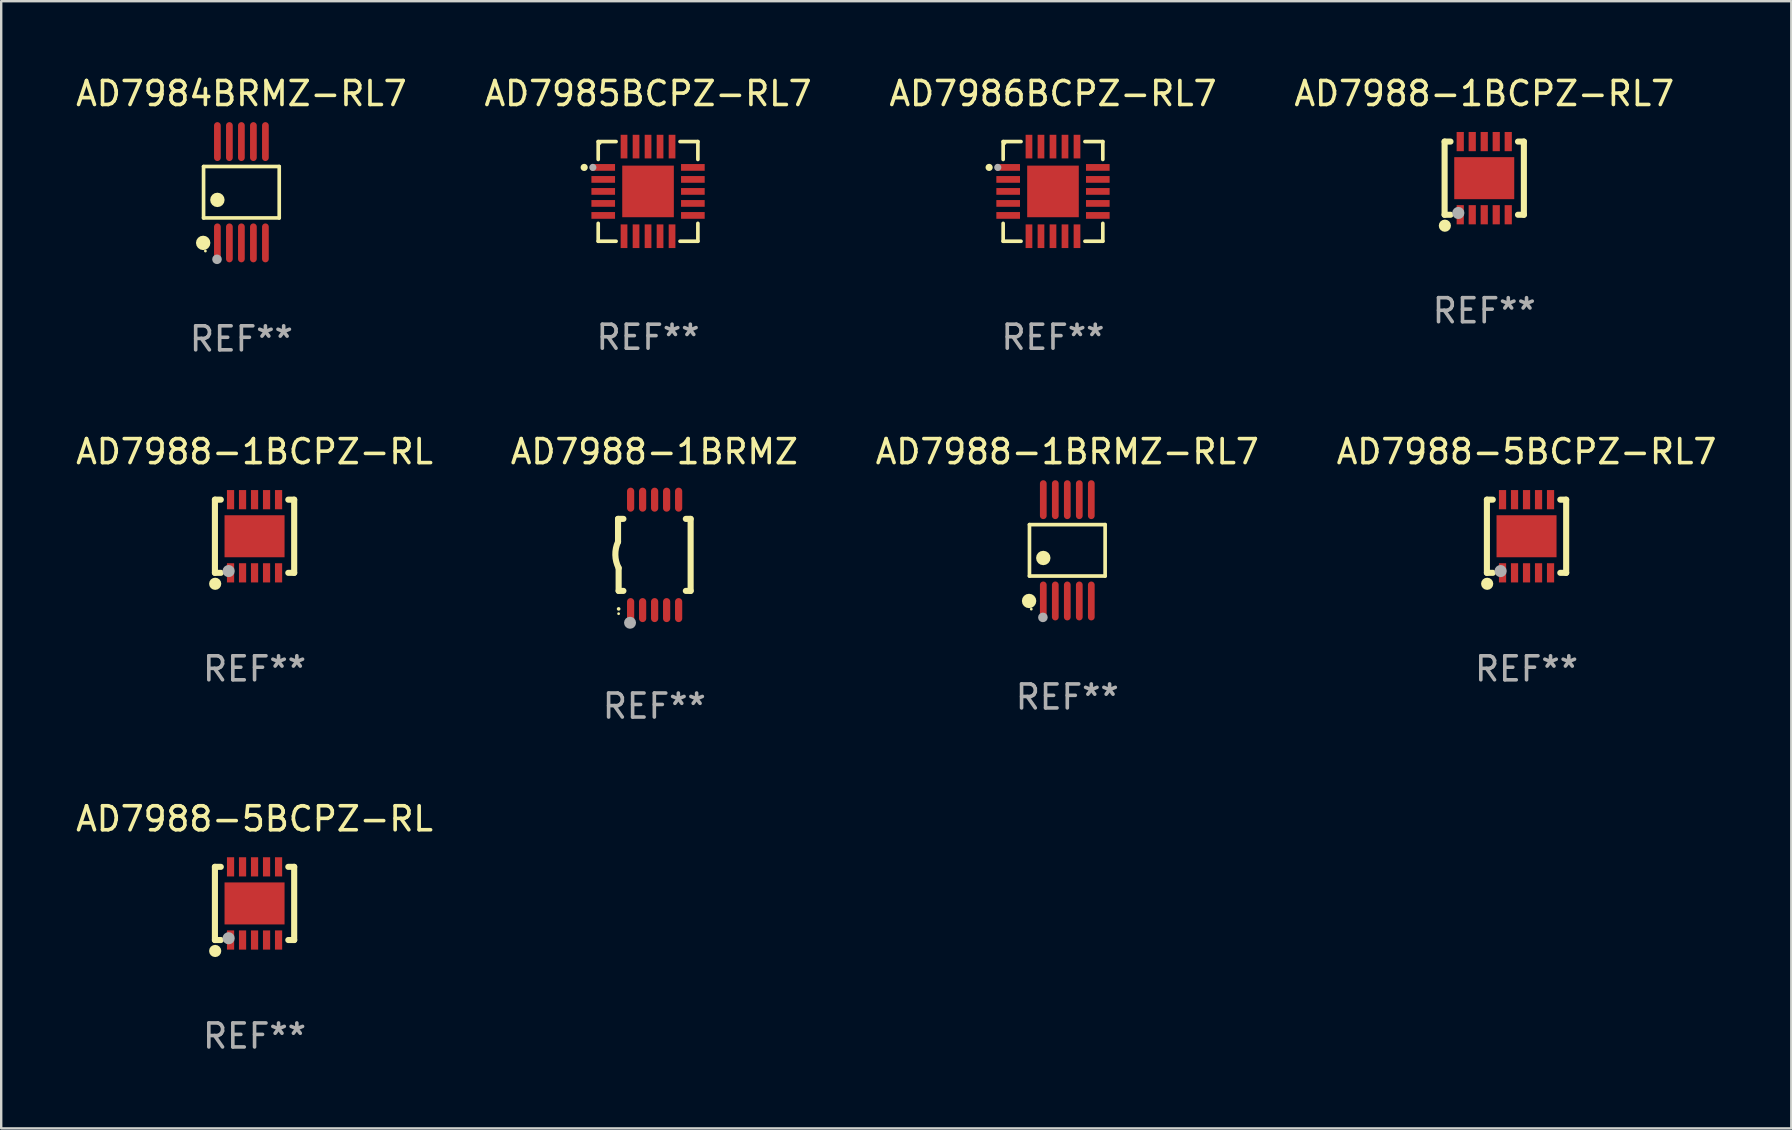
<source format=kicad_pcb>
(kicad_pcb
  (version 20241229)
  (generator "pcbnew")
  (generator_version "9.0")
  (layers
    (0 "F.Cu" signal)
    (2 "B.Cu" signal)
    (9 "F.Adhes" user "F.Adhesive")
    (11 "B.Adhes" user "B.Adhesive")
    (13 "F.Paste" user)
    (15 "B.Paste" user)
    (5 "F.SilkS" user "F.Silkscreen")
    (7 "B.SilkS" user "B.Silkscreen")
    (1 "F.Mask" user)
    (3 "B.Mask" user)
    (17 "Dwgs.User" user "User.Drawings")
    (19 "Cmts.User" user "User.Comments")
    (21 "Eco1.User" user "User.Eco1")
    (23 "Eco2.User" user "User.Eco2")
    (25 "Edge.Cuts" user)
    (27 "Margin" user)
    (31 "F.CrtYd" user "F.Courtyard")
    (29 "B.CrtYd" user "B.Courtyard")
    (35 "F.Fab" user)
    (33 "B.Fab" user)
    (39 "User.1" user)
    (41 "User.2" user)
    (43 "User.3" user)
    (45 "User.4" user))
  (footprint "AD7988-1BCPZ-RL"
    (layer "F.Cu")
    (at 7.554 19.289)
    (property "Reference" "AD7988-1BCPZ-RL" (at 0 -3.524 0) (layer "F.SilkS") (effects (font (size 1 1) (thickness 0.15))))
    (attr through_hole)
    (fp_line (start -1.651 -1.524) (end -1.651 1.524) (stroke (width 0.254) (type solid)) (layer "F.SilkS"))
    (fp_line (start -1.651 1.524) (end -1.406 1.524) (stroke (width 0.254) (type solid)) (layer "F.SilkS"))
    (fp_line (start -1.406 -1.524) (end -1.651 -1.524) (stroke (width 0.254) (type solid)) (layer "F.SilkS"))
    (fp_line (start 1.406 1.524) (end 1.651 1.524) (stroke (width 0.254) (type solid)) (layer "F.SilkS"))
    (fp_line (start 1.651 -1.524) (end 1.406 -1.524) (stroke (width 0.254) (type solid)) (layer "F.SilkS"))
    (fp_line (start 1.651 1.524) (end 1.651 -1.524) (stroke (width 0.254) (type solid)) (layer "F.SilkS"))
    (fp_circle (center -1.64 1.98) (end -1.513 1.98) (stroke (width 0.254) (type solid)) (fill no) (layer "F.SilkS"))
    (fp_circle (center -1.5 1.5) (end -1.47 1.5) (stroke (width 0.06) (type solid)) (fill no) (layer "F.SilkS"))
    (fp_circle (center -1.08 1.45) (end -0.953 1.45) (stroke (width 0.254) (type solid)) (fill no) (layer "F.Fab"))
    (fp_text user "REF**" (at 0 5.524 0) (layer "F.Fab") (effects (font (size 1 1) (thickness 0.15))))
    (pad "1" smd rect (at -1 1.524) (size 0.3 0.8) (layers "F.Cu" "F.Mask" "F.Paste"))
    (pad "2" smd rect (at -0.5 1.524) (size 0.3 0.8) (layers "F.Cu" "F.Mask" "F.Paste"))
    (pad "3" smd rect (at 0 1.524) (size 0.3 0.8) (layers "F.Cu" "F.Mask" "F.Paste"))
    (pad "4" smd rect (at 0.5 1.524) (size 0.3 0.8) (layers "F.Cu" "F.Mask" "F.Paste"))
    (pad "5" smd rect (at 1 1.524) (size 0.3 0.8) (layers "F.Cu" "F.Mask" "F.Paste"))
    (pad "6" smd rect (at 1 -1.524) (size 0.3 0.8) (layers "F.Cu" "F.Mask" "F.Paste"))
    (pad "7" smd rect (at 0.5 -1.524) (size 0.3 0.8) (layers "F.Cu" "F.Mask" "F.Paste"))
    (pad "8" smd rect (at 0 -1.524) (size 0.3 0.8) (layers "F.Cu" "F.Mask" "F.Paste"))
    (pad "9" smd rect (at -0.5 -1.524) (size 0.3 0.8) (layers "F.Cu" "F.Mask" "F.Paste"))
    (pad "10" smd rect (at -1 -1.524) (size 0.3 0.8) (layers "F.Cu" "F.Mask" "F.Paste"))
    (pad "11" smd rect (at 0 0) (size 2.5 1.75) (layers "F.Cu" "F.Mask" "F.Paste")))
  (footprint "AD7988-5BCPZ-RL"
    (layer "F.Cu")
    (at 7.554 34.585)
    (property "Reference" "AD7988-5BCPZ-RL" (at 0 -3.524 0) (layer "F.SilkS") (effects (font (size 1 1) (thickness 0.15))))
    (attr through_hole)
    (fp_line (start -1.651 -1.524) (end -1.651 1.524) (stroke (width 0.254) (type solid)) (layer "F.SilkS"))
    (fp_line (start -1.651 1.524) (end -1.406 1.524) (stroke (width 0.254) (type solid)) (layer "F.SilkS"))
    (fp_line (start -1.406 -1.524) (end -1.651 -1.524) (stroke (width 0.254) (type solid)) (layer "F.SilkS"))
    (fp_line (start 1.406 1.524) (end 1.651 1.524) (stroke (width 0.254) (type solid)) (layer "F.SilkS"))
    (fp_line (start 1.651 -1.524) (end 1.406 -1.524) (stroke (width 0.254) (type solid)) (layer "F.SilkS"))
    (fp_line (start 1.651 1.524) (end 1.651 -1.524) (stroke (width 0.254) (type solid)) (layer "F.SilkS"))
    (fp_circle (center -1.64 1.98) (end -1.513 1.98) (stroke (width 0.254) (type solid)) (fill no) (layer "F.SilkS"))
    (fp_circle (center -1.5 1.5) (end -1.47 1.5) (stroke (width 0.06) (type solid)) (fill no) (layer "F.SilkS"))
    (fp_circle (center -1.08 1.45) (end -0.953 1.45) (stroke (width 0.254) (type solid)) (fill no) (layer "F.Fab"))
    (fp_text user "REF**" (at 0 5.524 0) (layer "F.Fab") (effects (font (size 1 1) (thickness 0.15))))
    (pad "1" smd rect (at -1 1.524) (size 0.3 0.8) (layers "F.Cu" "F.Mask" "F.Paste"))
    (pad "2" smd rect (at -0.5 1.524) (size 0.3 0.8) (layers "F.Cu" "F.Mask" "F.Paste"))
    (pad "3" smd rect (at 0 1.524) (size 0.3 0.8) (layers "F.Cu" "F.Mask" "F.Paste"))
    (pad "4" smd rect (at 0.5 1.524) (size 0.3 0.8) (layers "F.Cu" "F.Mask" "F.Paste"))
    (pad "5" smd rect (at 1 1.524) (size 0.3 0.8) (layers "F.Cu" "F.Mask" "F.Paste"))
    (pad "6" smd rect (at 1 -1.524) (size 0.3 0.8) (layers "F.Cu" "F.Mask" "F.Paste"))
    (pad "7" smd rect (at 0.5 -1.524) (size 0.3 0.8) (layers "F.Cu" "F.Mask" "F.Paste"))
    (pad "8" smd rect (at 0 -1.524) (size 0.3 0.8) (layers "F.Cu" "F.Mask" "F.Paste"))
    (pad "9" smd rect (at -0.5 -1.524) (size 0.3 0.8) (layers "F.Cu" "F.Mask" "F.Paste"))
    (pad "10" smd rect (at -1 -1.524) (size 0.3 0.8) (layers "F.Cu" "F.Mask" "F.Paste"))
    (pad "11" smd rect (at 0 0) (size 2.5 1.75) (layers "F.Cu" "F.Mask" "F.Paste")))
  (footprint "AD7988-5BCPZ-RL7"
    (layer "F.Cu")
    (at 60.542 19.289)
    (property "Reference" "AD7988-5BCPZ-RL7" (at 0 -3.524 0) (layer "F.SilkS") (effects (font (size 1 1) (thickness 0.15))))
    (attr through_hole)
    (fp_line (start -1.651 -1.524) (end -1.651 1.524) (stroke (width 0.254) (type solid)) (layer "F.SilkS"))
    (fp_line (start -1.651 1.524) (end -1.406 1.524) (stroke (width 0.254) (type solid)) (layer "F.SilkS"))
    (fp_line (start -1.406 -1.524) (end -1.651 -1.524) (stroke (width 0.254) (type solid)) (layer "F.SilkS"))
    (fp_line (start 1.406 1.524) (end 1.651 1.524) (stroke (width 0.254) (type solid)) (layer "F.SilkS"))
    (fp_line (start 1.651 -1.524) (end 1.406 -1.524) (stroke (width 0.254) (type solid)) (layer "F.SilkS"))
    (fp_line (start 1.651 1.524) (end 1.651 -1.524) (stroke (width 0.254) (type solid)) (layer "F.SilkS"))
    (fp_circle (center -1.64 1.98) (end -1.513 1.98) (stroke (width 0.254) (type solid)) (fill no) (layer "F.SilkS"))
    (fp_circle (center -1.5 1.5) (end -1.47 1.5) (stroke (width 0.06) (type solid)) (fill no) (layer "F.SilkS"))
    (fp_circle (center -1.08 1.45) (end -0.953 1.45) (stroke (width 0.254) (type solid)) (fill no) (layer "F.Fab"))
    (fp_text user "REF**" (at 0 5.524 0) (layer "F.Fab") (effects (font (size 1 1) (thickness 0.15))))
    (pad "1" smd rect (at -1 1.524) (size 0.3 0.8) (layers "F.Cu" "F.Mask" "F.Paste"))
    (pad "2" smd rect (at -0.5 1.524) (size 0.3 0.8) (layers "F.Cu" "F.Mask" "F.Paste"))
    (pad "3" smd rect (at 0 1.524) (size 0.3 0.8) (layers "F.Cu" "F.Mask" "F.Paste"))
    (pad "4" smd rect (at 0.5 1.524) (size 0.3 0.8) (layers "F.Cu" "F.Mask" "F.Paste"))
    (pad "5" smd rect (at 1 1.524) (size 0.3 0.8) (layers "F.Cu" "F.Mask" "F.Paste"))
    (pad "6" smd rect (at 1 -1.524) (size 0.3 0.8) (layers "F.Cu" "F.Mask" "F.Paste"))
    (pad "7" smd rect (at 0.5 -1.524) (size 0.3 0.8) (layers "F.Cu" "F.Mask" "F.Paste"))
    (pad "8" smd rect (at 0 -1.524) (size 0.3 0.8) (layers "F.Cu" "F.Mask" "F.Paste"))
    (pad "9" smd rect (at -0.5 -1.524) (size 0.3 0.8) (layers "F.Cu" "F.Mask" "F.Paste"))
    (pad "10" smd rect (at -1 -1.524) (size 0.3 0.8) (layers "F.Cu" "F.Mask" "F.Paste"))
    (pad "11" smd rect (at 0 0) (size 2.5 1.75) (layers "F.Cu" "F.Mask" "F.Paste")))
  (footprint "AD7988-1BCPZ-RL7"
    (layer "F.Cu")
    (at 58.78 4.372)
    (property "Reference" "AD7988-1BCPZ-RL7" (at 0 -3.524 0) (layer "F.SilkS") (effects (font (size 1 1) (thickness 0.15))))
    (attr through_hole)
    (fp_line (start -1.651 -1.524) (end -1.651 1.524) (stroke (width 0.254) (type solid)) (layer "F.SilkS"))
    (fp_line (start -1.651 1.524) (end -1.406 1.524) (stroke (width 0.254) (type solid)) (layer "F.SilkS"))
    (fp_line (start -1.406 -1.524) (end -1.651 -1.524) (stroke (width 0.254) (type solid)) (layer "F.SilkS"))
    (fp_line (start 1.406 1.524) (end 1.651 1.524) (stroke (width 0.254) (type solid)) (layer "F.SilkS"))
    (fp_line (start 1.651 -1.524) (end 1.406 -1.524) (stroke (width 0.254) (type solid)) (layer "F.SilkS"))
    (fp_line (start 1.651 1.524) (end 1.651 -1.524) (stroke (width 0.254) (type solid)) (layer "F.SilkS"))
    (fp_circle (center -1.64 1.98) (end -1.513 1.98) (stroke (width 0.254) (type solid)) (fill no) (layer "F.SilkS"))
    (fp_circle (center -1.5 1.5) (end -1.47 1.5) (stroke (width 0.06) (type solid)) (fill no) (layer "F.SilkS"))
    (fp_circle (center -1.08 1.45) (end -0.953 1.45) (stroke (width 0.254) (type solid)) (fill no) (layer "F.Fab"))
    (fp_text user "REF**" (at 0 5.524 0) (layer "F.Fab") (effects (font (size 1 1) (thickness 0.15))))
    (pad "1" smd rect (at -1 1.524) (size 0.3 0.8) (layers "F.Cu" "F.Mask" "F.Paste"))
    (pad "2" smd rect (at -0.5 1.524) (size 0.3 0.8) (layers "F.Cu" "F.Mask" "F.Paste"))
    (pad "3" smd rect (at 0 1.524) (size 0.3 0.8) (layers "F.Cu" "F.Mask" "F.Paste"))
    (pad "4" smd rect (at 0.5 1.524) (size 0.3 0.8) (layers "F.Cu" "F.Mask" "F.Paste"))
    (pad "5" smd rect (at 1 1.524) (size 0.3 0.8) (layers "F.Cu" "F.Mask" "F.Paste"))
    (pad "6" smd rect (at 1 -1.524) (size 0.3 0.8) (layers "F.Cu" "F.Mask" "F.Paste"))
    (pad "7" smd rect (at 0.5 -1.524) (size 0.3 0.8) (layers "F.Cu" "F.Mask" "F.Paste"))
    (pad "8" smd rect (at 0 -1.524) (size 0.3 0.8) (layers "F.Cu" "F.Mask" "F.Paste"))
    (pad "9" smd rect (at -0.5 -1.524) (size 0.3 0.8) (layers "F.Cu" "F.Mask" "F.Paste"))
    (pad "10" smd rect (at -1 -1.524) (size 0.3 0.8) (layers "F.Cu" "F.Mask" "F.Paste"))
    (pad "11" smd rect (at 0 0) (size 2.5 1.75) (layers "F.Cu" "F.Mask" "F.Paste")))
  (footprint "AD7988-1BRMZ-RL7"
    (layer "F.Cu")
    (at 41.411 19.875)
    (property "Reference" "AD7988-1BRMZ-RL7" (at 0 -4.11 0) (layer "F.SilkS") (effects (font (size 1 1) (thickness 0.15))))
    (attr through_hole)
    (fp_line (start -1.576 -1.071) (end 1.576 -1.071) (stroke (width 0.152) (type solid)) (layer "F.SilkS"))
    (fp_line (start -1.576 1.071) (end -1.576 -1.071) (stroke (width 0.152) (type solid)) (layer "F.SilkS"))
    (fp_line (start 1.576 -1.071) (end 1.576 1.071) (stroke (width 0.152) (type solid)) (layer "F.SilkS"))
    (fp_line (start 1.576 1.071) (end -1.576 1.071) (stroke (width 0.152) (type solid)) (layer "F.SilkS"))
    (fp_circle (center -1.592 2.11) (end -1.442 2.11) (stroke (width 0.3) (type solid)) (fill no) (layer "F.SilkS"))
    (fp_circle (center -1.5 2.45) (end -1.47 2.45) (stroke (width 0.06) (type solid)) (fill no) (layer "F.SilkS"))
    (fp_circle (center -1 0.319) (end -0.85 0.319) (stroke (width 0.3) (type solid)) (fill no) (layer "F.SilkS"))
    (fp_circle (center -1.016 2.794) (end -0.916 2.794) (stroke (width 0.2) (type solid)) (fill no) (layer "F.Fab"))
    (fp_text user "REF**" (at 0 6.11 0) (layer "F.Fab") (effects (font (size 1 1) (thickness 0.15))))
    (pad "1" smd oval (at -1 2.11) (size 0.28 1.62) (layers "F.Cu" "F.Mask" "F.Paste"))
    (pad "2" smd oval (at -0.5 2.11) (size 0.28 1.62) (layers "F.Cu" "F.Mask" "F.Paste"))
    (pad "3" smd oval (at 0 2.11) (size 0.28 1.62) (layers "F.Cu" "F.Mask" "F.Paste"))
    (pad "4" smd oval (at 0.5 2.11) (size 0.28 1.62) (layers "F.Cu" "F.Mask" "F.Paste"))
    (pad "5" smd oval (at 1 2.11) (size 0.28 1.62) (layers "F.Cu" "F.Mask" "F.Paste"))
    (pad "6" smd oval (at 1 -2.11) (size 0.28 1.62) (layers "F.Cu" "F.Mask" "F.Paste"))
    (pad "7" smd oval (at 0.5 -2.11) (size 0.28 1.62) (layers "F.Cu" "F.Mask" "F.Paste"))
    (pad "8" smd oval (at 0 -2.11) (size 0.28 1.62) (layers "F.Cu" "F.Mask" "F.Paste"))
    (pad "9" smd oval (at -0.5 -2.11) (size 0.28 1.62) (layers "F.Cu" "F.Mask" "F.Paste"))
    (pad "10" smd oval (at -1 -2.11) (size 0.28 1.62) (layers "F.Cu" "F.Mask" "F.Paste")))
  (footprint "AD7984BRMZ-RL7"
    (layer "F.Cu")
    (at 7.006 4.958)
    (property "Reference" "AD7984BRMZ-RL7" (at 0 -4.11 0) (layer "F.SilkS") (effects (font (size 1 1) (thickness 0.15))))
    (attr through_hole)
    (fp_line (start -1.576 -1.071) (end 1.576 -1.071) (stroke (width 0.152) (type solid)) (layer "F.SilkS"))
    (fp_line (start -1.576 1.071) (end -1.576 -1.071) (stroke (width 0.152) (type solid)) (layer "F.SilkS"))
    (fp_line (start 1.576 -1.071) (end 1.576 1.071) (stroke (width 0.152) (type solid)) (layer "F.SilkS"))
    (fp_line (start 1.576 1.071) (end -1.576 1.071) (stroke (width 0.152) (type solid)) (layer "F.SilkS"))
    (fp_circle (center -1.592 2.11) (end -1.442 2.11) (stroke (width 0.3) (type solid)) (fill no) (layer "F.SilkS"))
    (fp_circle (center -1.5 2.45) (end -1.47 2.45) (stroke (width 0.06) (type solid)) (fill no) (layer "F.SilkS"))
    (fp_circle (center -1 0.319) (end -0.85 0.319) (stroke (width 0.3) (type solid)) (fill no) (layer "F.SilkS"))
    (fp_circle (center -1.016 2.794) (end -0.916 2.794) (stroke (width 0.2) (type solid)) (fill no) (layer "F.Fab"))
    (fp_text user "REF**" (at 0 6.11 0) (layer "F.Fab") (effects (font (size 1 1) (thickness 0.15))))
    (pad "1" smd oval (at -1 2.11) (size 0.28 1.62) (layers "F.Cu" "F.Mask" "F.Paste"))
    (pad "2" smd oval (at -0.5 2.11) (size 0.28 1.62) (layers "F.Cu" "F.Mask" "F.Paste"))
    (pad "3" smd oval (at 0 2.11) (size 0.28 1.62) (layers "F.Cu" "F.Mask" "F.Paste"))
    (pad "4" smd oval (at 0.5 2.11) (size 0.28 1.62) (layers "F.Cu" "F.Mask" "F.Paste"))
    (pad "5" smd oval (at 1 2.11) (size 0.28 1.62) (layers "F.Cu" "F.Mask" "F.Paste"))
    (pad "6" smd oval (at 1 -2.11) (size 0.28 1.62) (layers "F.Cu" "F.Mask" "F.Paste"))
    (pad "7" smd oval (at 0.5 -2.11) (size 0.28 1.62) (layers "F.Cu" "F.Mask" "F.Paste"))
    (pad "8" smd oval (at 0 -2.11) (size 0.28 1.62) (layers "F.Cu" "F.Mask" "F.Paste"))
    (pad "9" smd oval (at -0.5 -2.11) (size 0.28 1.62) (layers "F.Cu" "F.Mask" "F.Paste"))
    (pad "10" smd oval (at -1 -2.11) (size 0.28 1.62) (layers "F.Cu" "F.Mask" "F.Paste")))
  (footprint "AD7988-1BRMZ"
    (layer "F.Cu")
    (at 24.208 20.065)
    (property "Reference" "AD7988-1BRMZ" (at 0 -4.3 0) (layer "F.SilkS") (effects (font (size 1 1) (thickness 0.15))))
    (attr through_hole)
    (fp_line (start -1.512 -1.5) (end -1.512 -0.546) (stroke (width 0.254) (type solid)) (layer "F.SilkS"))
    (fp_line (start -1.487 0.546) (end -1.487 1.5) (stroke (width 0.254) (type solid)) (layer "F.SilkS"))
    (fp_line (start -1.288 -1.5) (end -1.512 -1.5) (stroke (width 0.254) (type solid)) (layer "F.SilkS"))
    (fp_line (start -1.288 1.5) (end -1.487 1.5) (stroke (width 0.254) (type solid)) (layer "F.SilkS"))
    (fp_line (start 1.512 -1.5) (end 1.312 -1.5) (stroke (width 0.254) (type solid)) (layer "F.SilkS"))
    (fp_line (start 1.512 -1.5) (end 1.512 1.5) (stroke (width 0.254) (type solid)) (layer "F.SilkS"))
    (fp_line (start 1.512 1.5) (end 1.312 1.5) (stroke (width 0.254) (type solid)) (layer "F.SilkS"))
    (fp_arc (start -1.487998 2.250013) (mid -1.486728 2.250007) (end -1.485458 2.250013) (stroke (width 0.150013) (type solid)) (layer "F.SilkS"))
    (fp_arc (start -1.486602 0.546102) (mid -1.624196 0.002905) (end -1.512002 -0.546101) (stroke (width 0.254001) (type solid)) (layer "F.SilkS"))
    (fp_circle (center -1.488 2.45) (end -1.458 2.45) (stroke (width 0.06) (type solid)) (fill no) (layer "F.SilkS"))
    (fp_circle (center -1.012 2.828) (end -0.887 2.828) (stroke (width 0.25) (type solid)) (fill no) (layer "F.Fab"))
    (fp_text user "REF**" (at 0 6.3 0) (layer "F.Fab") (effects (font (size 1 1) (thickness 0.15))))
    (pad "1" smd oval (at -0.988 2.3) (size 0.3 1) (layers "F.Cu" "F.Mask" "F.Paste"))
    (pad "2" smd oval (at -0.488 2.3) (size 0.3 1) (layers "F.Cu" "F.Mask" "F.Paste"))
    (pad "3" smd oval (at 0.012 2.3) (size 0.3 1) (layers "F.Cu" "F.Mask" "F.Paste"))
    (pad "4" smd oval (at 0.512 2.3) (size 0.3 1) (layers "F.Cu" "F.Mask" "F.Paste"))
    (pad "5" smd oval (at 1.012 2.3) (size 0.3 1) (layers "F.Cu" "F.Mask" "F.Paste"))
    (pad "6" smd oval (at 1.012 -2.3) (size 0.3 1) (layers "F.Cu" "F.Mask" "F.Paste"))
    (pad "7" smd oval (at 0.512 -2.3) (size 0.3 1) (layers "F.Cu" "F.Mask" "F.Paste"))
    (pad "8" smd oval (at 0.012 -2.3) (size 0.3 1) (layers "F.Cu" "F.Mask" "F.Paste"))
    (pad "9" smd oval (at -0.488 -2.3) (size 0.3 1) (layers "F.Cu" "F.Mask" "F.Paste"))
    (pad "10" smd oval (at -0.988 -2.3) (size 0.3 1) (layers "F.Cu" "F.Mask" "F.Paste")))
  (footprint "AD7985BCPZ-RL7"
    (layer "F.Cu")
    (at 23.946 4.924)
    (property "Reference" "AD7985BCPZ-RL7" (at 0 -4.076 0) (layer "F.SilkS") (effects (font (size 1 1) (thickness 0.15))))
    (attr through_hole)
    (fp_line (start -2.076 -2.076) (end -2.076 -1.331) (stroke (width 0.152) (type solid)) (layer "F.SilkS"))
    (fp_line (start -2.076 2.076) (end -2.076 1.331) (stroke (width 0.152) (type solid)) (layer "F.SilkS"))
    (fp_line (start -1.331 -2.076) (end -2.076 -2.076) (stroke (width 0.152) (type solid)) (layer "F.SilkS"))
    (fp_line (start -1.331 2.076) (end -2.076 2.076) (stroke (width 0.152) (type solid)) (layer "F.SilkS"))
    (fp_line (start 1.331 -2.076) (end 2.076 -2.076) (stroke (width 0.152) (type solid)) (layer "F.SilkS"))
    (fp_line (start 1.331 2.076) (end 2.076 2.076) (stroke (width 0.152) (type solid)) (layer "F.SilkS"))
    (fp_line (start 2.076 -2.076) (end 2.076 -1.331) (stroke (width 0.152) (type solid)) (layer "F.SilkS"))
    (fp_line (start 2.076 2.076) (end 2.076 1.331) (stroke (width 0.152) (type solid)) (layer "F.SilkS"))
    (fp_circle (center -2.66 -1) (end -2.585 -1) (stroke (width 0.15) (type solid)) (fill no) (layer "F.SilkS"))
    (fp_circle (center -2 -2) (end -1.97 -2) (stroke (width 0.06) (type solid)) (fill no) (layer "F.SilkS"))
    (fp_circle (center -2.3 -1) (end -2.225 -1) (stroke (width 0.15) (type solid)) (fill no) (layer "F.Fab"))
    (fp_text user "REF**" (at 0 6.076 0) (layer "F.Fab") (effects (font (size 1 1) (thickness 0.15))))
    (pad "1" smd rect (at -1.867 -1) (size 0.985 0.28) (layers "F.Cu" "F.Mask" "F.Paste"))
    (pad "2" smd rect (at -1.867 -0.5) (size 0.985 0.28) (layers "F.Cu" "F.Mask" "F.Paste"))
    (pad "3" smd rect (at -1.867 0) (size 0.985 0.28) (layers "F.Cu" "F.Mask" "F.Paste"))
    (pad "4" smd rect (at -1.867 0.5) (size 0.985 0.28) (layers "F.Cu" "F.Mask" "F.Paste"))
    (pad "5" smd rect (at -1.867 1) (size 0.985 0.28) (layers "F.Cu" "F.Mask" "F.Paste"))
    (pad "6" smd rect (at -1 1.867) (size 0.28 0.985) (layers "F.Cu" "F.Mask" "F.Paste"))
    (pad "7" smd rect (at -0.5 1.867) (size 0.28 0.985) (layers "F.Cu" "F.Mask" "F.Paste"))
    (pad "8" smd rect (at 0 1.867) (size 0.28 0.985) (layers "F.Cu" "F.Mask" "F.Paste"))
    (pad "9" smd rect (at 0.5 1.867) (size 0.28 0.985) (layers "F.Cu" "F.Mask" "F.Paste"))
    (pad "10" smd rect (at 1 1.867) (size 0.28 0.985) (layers "F.Cu" "F.Mask" "F.Paste"))
    (pad "11" smd rect (at 1.867 1) (size 0.985 0.28) (layers "F.Cu" "F.Mask" "F.Paste"))
    (pad "12" smd rect (at 1.867 0.5) (size 0.985 0.28) (layers "F.Cu" "F.Mask" "F.Paste"))
    (pad "13" smd rect (at 1.867 0) (size 0.985 0.28) (layers "F.Cu" "F.Mask" "F.Paste"))
    (pad "14" smd rect (at 1.867 -0.5) (size 0.985 0.28) (layers "F.Cu" "F.Mask" "F.Paste"))
    (pad "15" smd rect (at 1.867 -1) (size 0.985 0.28) (layers "F.Cu" "F.Mask" "F.Paste"))
    (pad "16" smd rect (at 1 -1.867) (size 0.28 0.985) (layers "F.Cu" "F.Mask" "F.Paste"))
    (pad "17" smd rect (at 0.5 -1.867) (size 0.28 0.985) (layers "F.Cu" "F.Mask" "F.Paste"))
    (pad "18" smd rect (at 0 -1.867) (size 0.28 0.985) (layers "F.Cu" "F.Mask" "F.Paste"))
    (pad "19" smd rect (at -0.5 -1.867) (size 0.28 0.985) (layers "F.Cu" "F.Mask" "F.Paste"))
    (pad "20" smd rect (at -1 -1.867) (size 0.28 0.985) (layers "F.Cu" "F.Mask" "F.Paste"))
    (pad "21" smd rect (at 0 0) (size 2.15 2.15) (layers "F.Cu" "F.Mask" "F.Paste")))
  (footprint "AD7986BCPZ-RL7"
    (layer "F.Cu")
    (at 40.815 4.924)
    (property "Reference" "AD7986BCPZ-RL7" (at 0 -4.076 0) (layer "F.SilkS") (effects (font (size 1 1) (thickness 0.15))))
    (attr through_hole)
    (fp_line (start -2.076 -2.076) (end -2.076 -1.331) (stroke (width 0.152) (type solid)) (layer "F.SilkS"))
    (fp_line (start -2.076 2.076) (end -2.076 1.331) (stroke (width 0.152) (type solid)) (layer "F.SilkS"))
    (fp_line (start -1.331 -2.076) (end -2.076 -2.076) (stroke (width 0.152) (type solid)) (layer "F.SilkS"))
    (fp_line (start -1.331 2.076) (end -2.076 2.076) (stroke (width 0.152) (type solid)) (layer "F.SilkS"))
    (fp_line (start 1.331 -2.076) (end 2.076 -2.076) (stroke (width 0.152) (type solid)) (layer "F.SilkS"))
    (fp_line (start 1.331 2.076) (end 2.076 2.076) (stroke (width 0.152) (type solid)) (layer "F.SilkS"))
    (fp_line (start 2.076 -2.076) (end 2.076 -1.331) (stroke (width 0.152) (type solid)) (layer "F.SilkS"))
    (fp_line (start 2.076 2.076) (end 2.076 1.331) (stroke (width 0.152) (type solid)) (layer "F.SilkS"))
    (fp_circle (center -2.66 -1) (end -2.585 -1) (stroke (width 0.15) (type solid)) (fill no) (layer "F.SilkS"))
    (fp_circle (center -2 -2) (end -1.97 -2) (stroke (width 0.06) (type solid)) (fill no) (layer "F.SilkS"))
    (fp_circle (center -2.3 -1) (end -2.225 -1) (stroke (width 0.15) (type solid)) (fill no) (layer "F.Fab"))
    (fp_text user "REF**" (at 0 6.076 0) (layer "F.Fab") (effects (font (size 1 1) (thickness 0.15))))
    (pad "1" smd rect (at -1.867 -1) (size 0.985 0.28) (layers "F.Cu" "F.Mask" "F.Paste"))
    (pad "2" smd rect (at -1.867 -0.5) (size 0.985 0.28) (layers "F.Cu" "F.Mask" "F.Paste"))
    (pad "3" smd rect (at -1.867 0) (size 0.985 0.28) (layers "F.Cu" "F.Mask" "F.Paste"))
    (pad "4" smd rect (at -1.867 0.5) (size 0.985 0.28) (layers "F.Cu" "F.Mask" "F.Paste"))
    (pad "5" smd rect (at -1.867 1) (size 0.985 0.28) (layers "F.Cu" "F.Mask" "F.Paste"))
    (pad "6" smd rect (at -1 1.867) (size 0.28 0.985) (layers "F.Cu" "F.Mask" "F.Paste"))
    (pad "7" smd rect (at -0.5 1.867) (size 0.28 0.985) (layers "F.Cu" "F.Mask" "F.Paste"))
    (pad "8" smd rect (at 0 1.867) (size 0.28 0.985) (layers "F.Cu" "F.Mask" "F.Paste"))
    (pad "9" smd rect (at 0.5 1.867) (size 0.28 0.985) (layers "F.Cu" "F.Mask" "F.Paste"))
    (pad "10" smd rect (at 1 1.867) (size 0.28 0.985) (layers "F.Cu" "F.Mask" "F.Paste"))
    (pad "11" smd rect (at 1.867 1) (size 0.985 0.28) (layers "F.Cu" "F.Mask" "F.Paste"))
    (pad "12" smd rect (at 1.867 0.5) (size 0.985 0.28) (layers "F.Cu" "F.Mask" "F.Paste"))
    (pad "13" smd rect (at 1.867 0) (size 0.985 0.28) (layers "F.Cu" "F.Mask" "F.Paste"))
    (pad "14" smd rect (at 1.867 -0.5) (size 0.985 0.28) (layers "F.Cu" "F.Mask" "F.Paste"))
    (pad "15" smd rect (at 1.867 -1) (size 0.985 0.28) (layers "F.Cu" "F.Mask" "F.Paste"))
    (pad "16" smd rect (at 1 -1.867) (size 0.28 0.985) (layers "F.Cu" "F.Mask" "F.Paste"))
    (pad "17" smd rect (at 0.5 -1.867) (size 0.28 0.985) (layers "F.Cu" "F.Mask" "F.Paste"))
    (pad "18" smd rect (at 0 -1.867) (size 0.28 0.985) (layers "F.Cu" "F.Mask" "F.Paste"))
    (pad "19" smd rect (at -0.5 -1.867) (size 0.28 0.985) (layers "F.Cu" "F.Mask" "F.Paste"))
    (pad "20" smd rect (at -1 -1.867) (size 0.28 0.985) (layers "F.Cu" "F.Mask" "F.Paste"))
    (pad "21" smd rect (at 0 0) (size 2.15 2.15) (layers "F.Cu" "F.Mask" "F.Paste")))
  (gr_rect
    (start -3 -3)
    (end 71.571 43.957)
    (stroke (width 0.1) (type default))
    (fill no)
    (layer "Edge.Cuts")))
</source>
